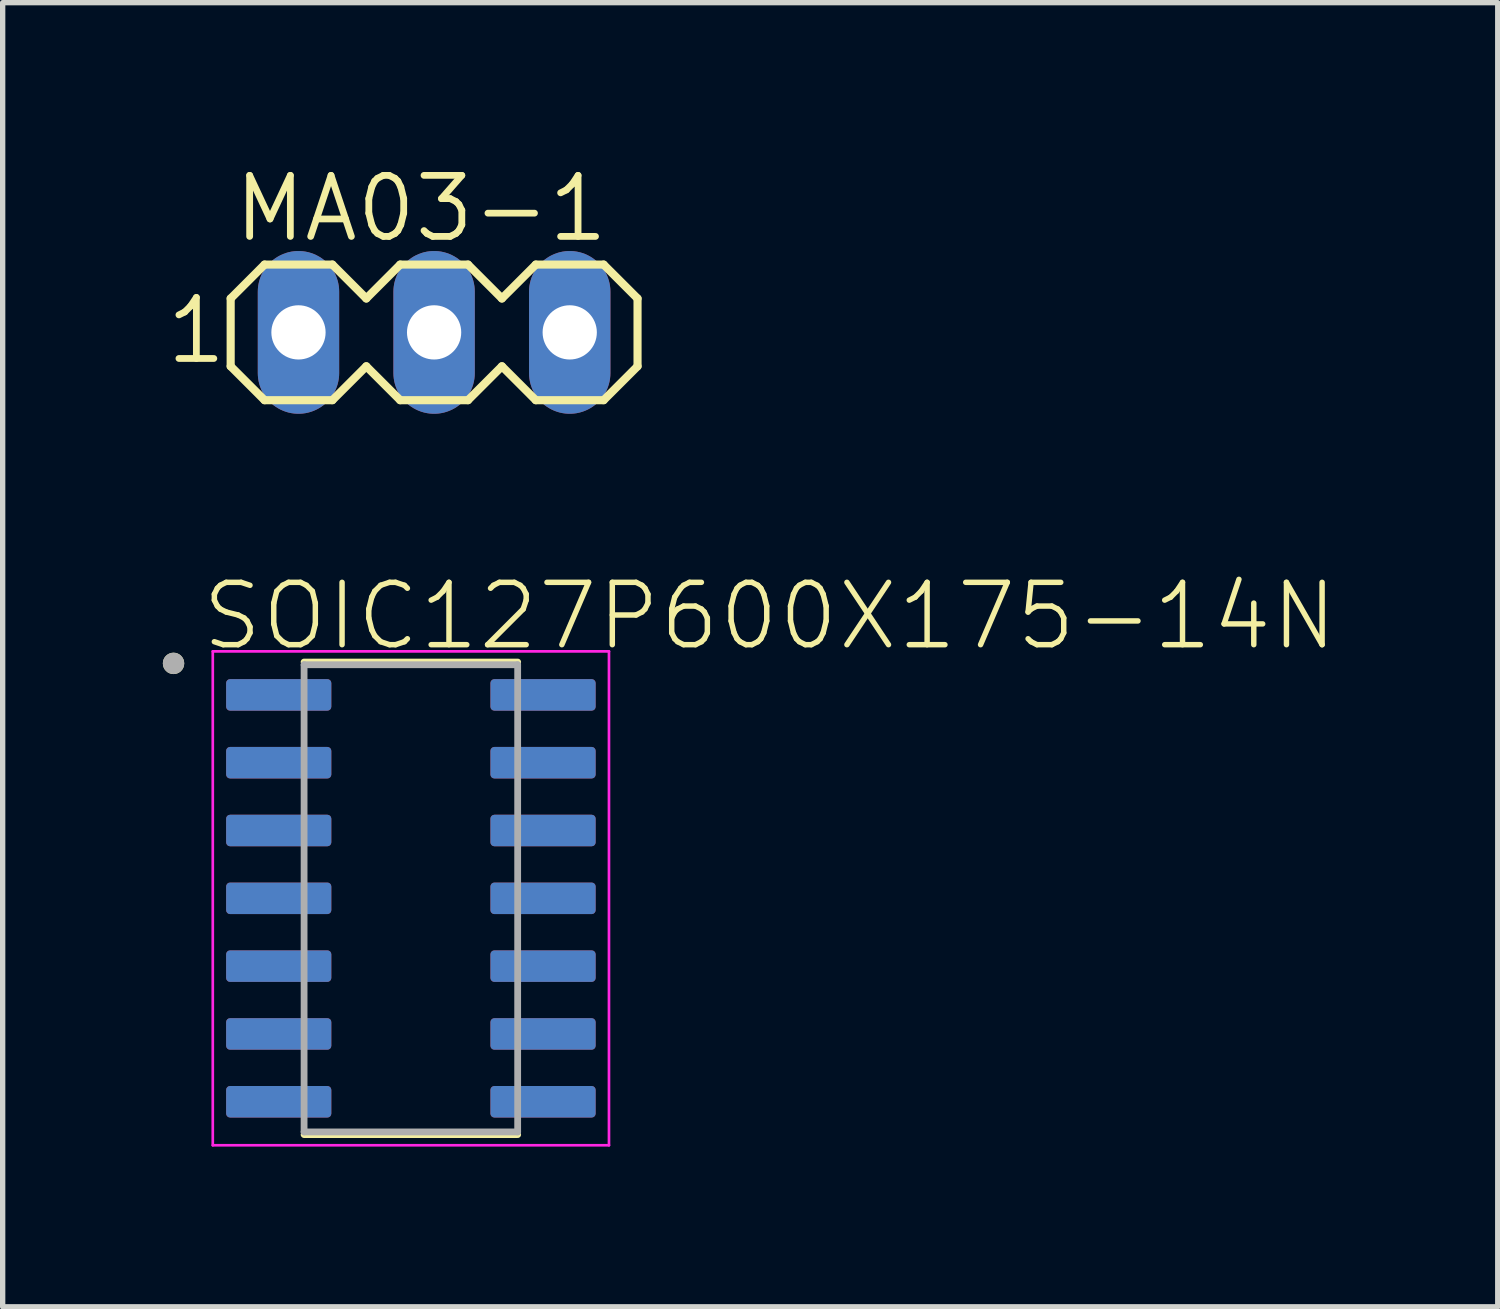
<source format=kicad_pcb>
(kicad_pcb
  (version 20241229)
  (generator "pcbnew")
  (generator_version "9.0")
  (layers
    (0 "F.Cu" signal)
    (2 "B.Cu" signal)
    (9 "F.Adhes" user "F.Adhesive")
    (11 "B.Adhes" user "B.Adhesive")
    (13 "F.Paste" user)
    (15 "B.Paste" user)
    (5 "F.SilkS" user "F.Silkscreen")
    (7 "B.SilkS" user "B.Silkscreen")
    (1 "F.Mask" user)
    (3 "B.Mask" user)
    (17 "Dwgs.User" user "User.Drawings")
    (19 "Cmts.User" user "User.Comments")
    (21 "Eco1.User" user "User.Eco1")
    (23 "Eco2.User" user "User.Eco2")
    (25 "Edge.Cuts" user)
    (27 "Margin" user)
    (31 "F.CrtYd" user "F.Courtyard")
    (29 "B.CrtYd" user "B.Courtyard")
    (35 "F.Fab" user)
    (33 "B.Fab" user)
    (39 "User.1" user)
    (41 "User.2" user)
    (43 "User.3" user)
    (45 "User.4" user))
  (footprint "MA03-1"
    (layer "F.Cu")
    (at 5.08 3.175)
    (property "Reference" "MA03-1" (at -3.81 -1.651 0) (layer "F.SilkS") (effects (font (size 1.143 1.143) (thickness 0.127)) (justify left bottom)))
    (fp_line (start -3.81 -0.635) (end -3.81 0.635) (stroke (width 0.152) (type solid)) (layer "F.SilkS"))
    (fp_line (start -3.81 0.635) (end -3.175 1.27) (stroke (width 0.152) (type solid)) (layer "F.SilkS"))
    (fp_line (start -3.175 -1.27) (end -3.81 -0.635) (stroke (width 0.152) (type solid)) (layer "F.SilkS"))
    (fp_line (start -3.175 -1.27) (end -1.905 -1.27) (stroke (width 0.152) (type solid)) (layer "F.SilkS"))
    (fp_line (start -1.905 -1.27) (end -1.27 -0.635) (stroke (width 0.152) (type solid)) (layer "F.SilkS"))
    (fp_line (start -1.905 1.27) (end -3.175 1.27) (stroke (width 0.152) (type solid)) (layer "F.SilkS"))
    (fp_line (start -1.27 -0.635) (end -0.635 -1.27) (stroke (width 0.152) (type solid)) (layer "F.SilkS"))
    (fp_line (start -1.27 0.635) (end -1.905 1.27) (stroke (width 0.152) (type solid)) (layer "F.SilkS"))
    (fp_line (start -0.635 -1.27) (end 0.635 -1.27) (stroke (width 0.152) (type solid)) (layer "F.SilkS"))
    (fp_line (start -0.635 1.27) (end -1.27 0.635) (stroke (width 0.152) (type solid)) (layer "F.SilkS"))
    (fp_line (start 0.635 -1.27) (end 1.27 -0.635) (stroke (width 0.152) (type solid)) (layer "F.SilkS"))
    (fp_line (start 0.635 1.27) (end -0.635 1.27) (stroke (width 0.152) (type solid)) (layer "F.SilkS"))
    (fp_line (start 1.27 -0.635) (end 1.905 -1.27) (stroke (width 0.152) (type solid)) (layer "F.SilkS"))
    (fp_line (start 1.27 0.635) (end 0.635 1.27) (stroke (width 0.152) (type solid)) (layer "F.SilkS"))
    (fp_line (start 1.905 -1.27) (end 3.175 -1.27) (stroke (width 0.152) (type solid)) (layer "F.SilkS"))
    (fp_line (start 1.905 1.27) (end 1.27 0.635) (stroke (width 0.152) (type solid)) (layer "F.SilkS"))
    (fp_line (start 3.175 -1.27) (end 3.81 -0.635) (stroke (width 0.152) (type solid)) (layer "F.SilkS"))
    (fp_line (start 3.175 1.27) (end 1.905 1.27) (stroke (width 0.152) (type solid)) (layer "F.SilkS"))
    (fp_line (start 3.81 -0.635) (end 3.81 0.635) (stroke (width 0.152) (type solid)) (layer "F.SilkS"))
    (fp_line (start 3.81 0.635) (end 3.175 1.27) (stroke (width 0.152) (type solid)) (layer "F.SilkS"))
    (fp_poly (pts (xy -2.794 0.254) (xy -2.286 0.254) (xy -2.286 -0.254) (xy -2.794 -0.254)) (stroke (width 0.1) (type solid)) (fill no) (layer "F.Fab"))
    (fp_poly (pts (xy -0.254 0.254) (xy 0.254 0.254) (xy 0.254 -0.254) (xy -0.254 -0.254)) (stroke (width 0.1) (type solid)) (fill no) (layer "F.Fab"))
    (fp_poly (pts (xy 2.286 0.254) (xy 2.794 0.254) (xy 2.794 -0.254) (xy 2.286 -0.254)) (stroke (width 0.1) (type solid)) (fill no) (layer "F.Fab"))
    (fp_text user "1" (at -5.08 0.635 0) (layer "F.SilkS") (effects (font (size 1.143 1.143) (thickness 0.127)) (justify left bottom)))
    (pad "1" thru_hole oval (at -2.54 0 90) (size 3.048 1.524) (drill 1.016) (layers "*.Cu" "*.Mask"))
    (pad "2" thru_hole oval (at 0 0 90) (size 3.048 1.524) (drill 1.016) (layers "*.Cu" "*.Mask"))
    (pad "3" thru_hole oval (at 2.54 0 90) (size 3.048 1.524) (drill 1.016) (layers "*.Cu" "*.Mask")))
  (footprint "SOIC127P600X175-14N"
    (layer "F.Cu")
    (at 4.645 13.774)
    (property "Reference" "SOIC127P600X175-14N" (at -3.97 -4.602 0) (layer "F.SilkS") (effects (font (size 1.168 1.168) (thickness 0.102)) (justify left bottom)))
    (fp_line (start -2 -4.425) (end 2 -4.425) (stroke (width 0.127) (type solid)) (layer "F.SilkS"))
    (fp_line (start -2 4.425) (end 2 4.425) (stroke (width 0.127) (type solid)) (layer "F.SilkS"))
    (fp_circle (center -4.445 -4.4) (end -4.345 -4.4) (stroke (width 0.2) (type solid)) (fill no) (layer "F.SilkS"))
    (fp_line (start -3.71 -4.625) (end -3.71 4.625) (stroke (width 0.05) (type solid)) (layer "F.CrtYd"))
    (fp_line (start -3.71 -4.625) (end 3.71 -4.625) (stroke (width 0.05) (type solid)) (layer "F.CrtYd"))
    (fp_line (start -3.71 4.625) (end 3.71 4.625) (stroke (width 0.05) (type solid)) (layer "F.CrtYd"))
    (fp_line (start 3.71 -4.625) (end 3.71 4.625) (stroke (width 0.05) (type solid)) (layer "F.CrtYd"))
    (fp_line (start -2 -4.375) (end -2 4.375) (stroke (width 0.127) (type solid)) (layer "F.Fab"))
    (fp_line (start -2 -4.375) (end 2 -4.375) (stroke (width 0.127) (type solid)) (layer "F.Fab"))
    (fp_line (start -2 4.375) (end 2 4.375) (stroke (width 0.127) (type solid)) (layer "F.Fab"))
    (fp_line (start 2 -4.375) (end 2 4.375) (stroke (width 0.127) (type solid)) (layer "F.Fab"))
    (fp_circle (center -4.445 -4.4) (end -4.345 -4.4) (stroke (width 0.2) (type solid)) (fill no) (layer "F.Fab"))
    (pad "1" smd roundrect (at -2.475 -3.81) (size 1.97 0.59) (layers "*.Cu" "*.Mask") (roundrect_rratio 0.125))
    (pad "2" smd roundrect (at -2.475 -2.54) (size 1.97 0.59) (layers "*.Cu" "*.Mask") (roundrect_rratio 0.125))
    (pad "3" smd roundrect (at -2.475 -1.27) (size 1.97 0.59) (layers "*.Cu" "*.Mask") (roundrect_rratio 0.125))
    (pad "4" smd roundrect (at -2.475 0) (size 1.97 0.59) (layers "*.Cu" "*.Mask") (roundrect_rratio 0.125))
    (pad "5" smd roundrect (at -2.475 1.27) (size 1.97 0.59) (layers "*.Cu" "*.Mask") (roundrect_rratio 0.125))
    (pad "6" smd roundrect (at -2.475 2.54) (size 1.97 0.59) (layers "*.Cu" "*.Mask") (roundrect_rratio 0.125))
    (pad "7" smd roundrect (at -2.475 3.81) (size 1.97 0.59) (layers "*.Cu" "*.Mask") (roundrect_rratio 0.125))
    (pad "8" smd roundrect (at 2.475 3.81) (size 1.97 0.59) (layers "*.Cu" "*.Mask") (roundrect_rratio 0.125))
    (pad "9" smd roundrect (at 2.475 2.54) (size 1.97 0.59) (layers "*.Cu" "*.Mask") (roundrect_rratio 0.125))
    (pad "10" smd roundrect (at 2.475 1.27) (size 1.97 0.59) (layers "*.Cu" "*.Mask") (roundrect_rratio 0.125))
    (pad "11" smd roundrect (at 2.475 0) (size 1.97 0.59) (layers "*.Cu" "*.Mask") (roundrect_rratio 0.125))
    (pad "12" smd roundrect (at 2.475 -1.27) (size 1.97 0.59) (layers "*.Cu" "*.Mask") (roundrect_rratio 0.125))
    (pad "13" smd roundrect (at 2.475 -2.54) (size 1.97 0.59) (layers "*.Cu" "*.Mask") (roundrect_rratio 0.125))
    (pad "14" smd roundrect (at 2.475 -3.81) (size 1.97 0.59) (layers "*.Cu" "*.Mask") (roundrect_rratio 0.125)))
  (gr_rect
    (start -3 -3)
    (end 25 21.424)
    (stroke (width 0.1) (type default))
    (fill no)
    (layer "Edge.Cuts")))
</source>
